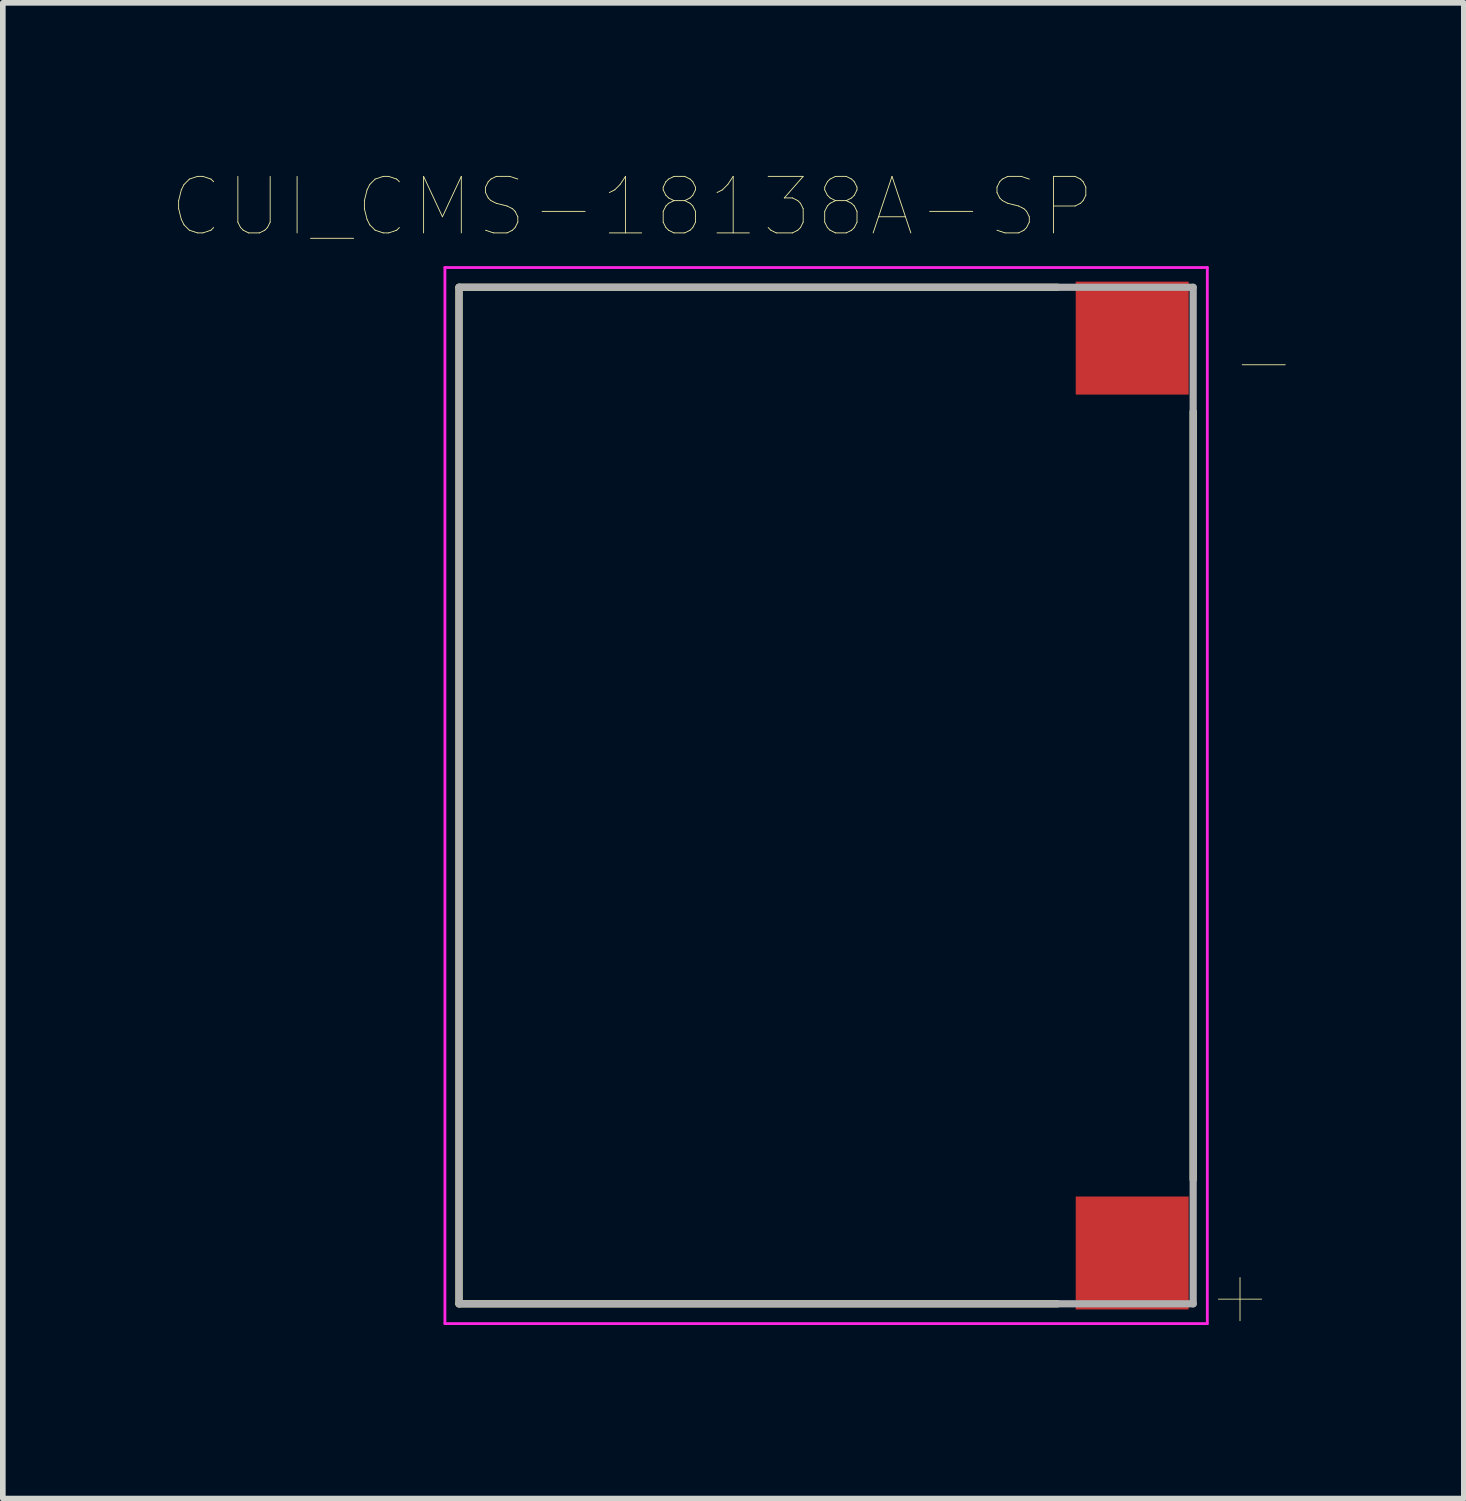
<source format=kicad_pcb>
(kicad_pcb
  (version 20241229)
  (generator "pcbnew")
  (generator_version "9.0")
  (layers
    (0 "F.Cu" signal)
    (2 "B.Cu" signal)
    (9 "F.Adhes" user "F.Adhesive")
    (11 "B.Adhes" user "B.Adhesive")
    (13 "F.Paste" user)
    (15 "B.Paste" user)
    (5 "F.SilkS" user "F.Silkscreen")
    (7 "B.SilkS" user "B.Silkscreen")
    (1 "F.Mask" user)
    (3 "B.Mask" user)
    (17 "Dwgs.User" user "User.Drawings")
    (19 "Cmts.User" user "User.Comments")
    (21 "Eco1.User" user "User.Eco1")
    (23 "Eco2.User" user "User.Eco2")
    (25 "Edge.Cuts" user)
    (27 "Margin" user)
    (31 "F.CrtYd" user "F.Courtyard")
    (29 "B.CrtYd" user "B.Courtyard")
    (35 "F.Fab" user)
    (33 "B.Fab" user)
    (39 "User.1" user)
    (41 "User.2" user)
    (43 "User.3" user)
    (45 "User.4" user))
  (footprint "CUI_CMS-18138A-SP"
    (layer "F.Cu")
    (at 11.578 11.037)
    (property "Reference" "CUI_CMS-18138A-SP" (at -3.433 -10.425 0) (layer "F.SilkS") (effects (font (size 1.001 1.001) (thickness 0.015))))
    (attr through_hole)
    (fp_line (start -6.5 -9) (end -6.5 9) (stroke (width 0.127) (type solid)) (layer "F.SilkS"))
    (fp_line (start -6.5 -9) (end 4.1 -9) (stroke (width 0.127) (type solid)) (layer "F.SilkS"))
    (fp_line (start 4.1 9) (end -6.5 9) (stroke (width 0.127) (type solid)) (layer "F.SilkS"))
    (fp_line (start 6.5 6.8) (end 6.5 -6.8) (stroke (width 0.127) (type solid)) (layer "F.SilkS"))
    (fp_line (start -6.75 -9.35) (end 6.75 -9.35) (stroke (width 0.05) (type solid)) (layer "F.CrtYd"))
    (fp_line (start -6.75 9.35) (end -6.75 -9.35) (stroke (width 0.05) (type solid)) (layer "F.CrtYd"))
    (fp_line (start 6.75 -9.35) (end 6.75 9.35) (stroke (width 0.05) (type solid)) (layer "F.CrtYd"))
    (fp_line (start 6.75 9.35) (end -6.75 9.35) (stroke (width 0.05) (type solid)) (layer "F.CrtYd"))
    (fp_line (start -6.5 -9) (end 6.5 -9) (stroke (width 0.127) (type solid)) (layer "F.Fab"))
    (fp_line (start -6.5 9) (end -6.5 -9) (stroke (width 0.127) (type solid)) (layer "F.Fab"))
    (fp_line (start 6.5 -9) (end 6.5 9) (stroke (width 0.127) (type solid)) (layer "F.Fab"))
    (fp_line (start 6.5 9) (end -6.5 9) (stroke (width 0.127) (type solid)) (layer "F.Fab"))
    (fp_text user "+" (at 7.329 8.836 0) (layer "F.SilkS") (effects (font (size 1.003 1.003) (thickness 0.015))))
    (fp_text user "-" (at 7.749 -7.709 0) (layer "F.SilkS") (effects (font (size 1.001 1.001) (thickness 0.015))))
    (pad "N" smd rect (at 5.42 -8.1) (size 2 2) (layers "F.Cu" "F.Mask" "F.Paste"))
    (pad "P" smd rect (at 5.42 8.1) (size 2 2) (layers "F.Cu" "F.Mask" "F.Paste")))
  (gr_rect
    (start -3 -3)
    (end 22.87 23.485)
    (stroke (width 0.1) (type default))
    (fill no)
    (layer "Edge.Cuts")))
</source>
